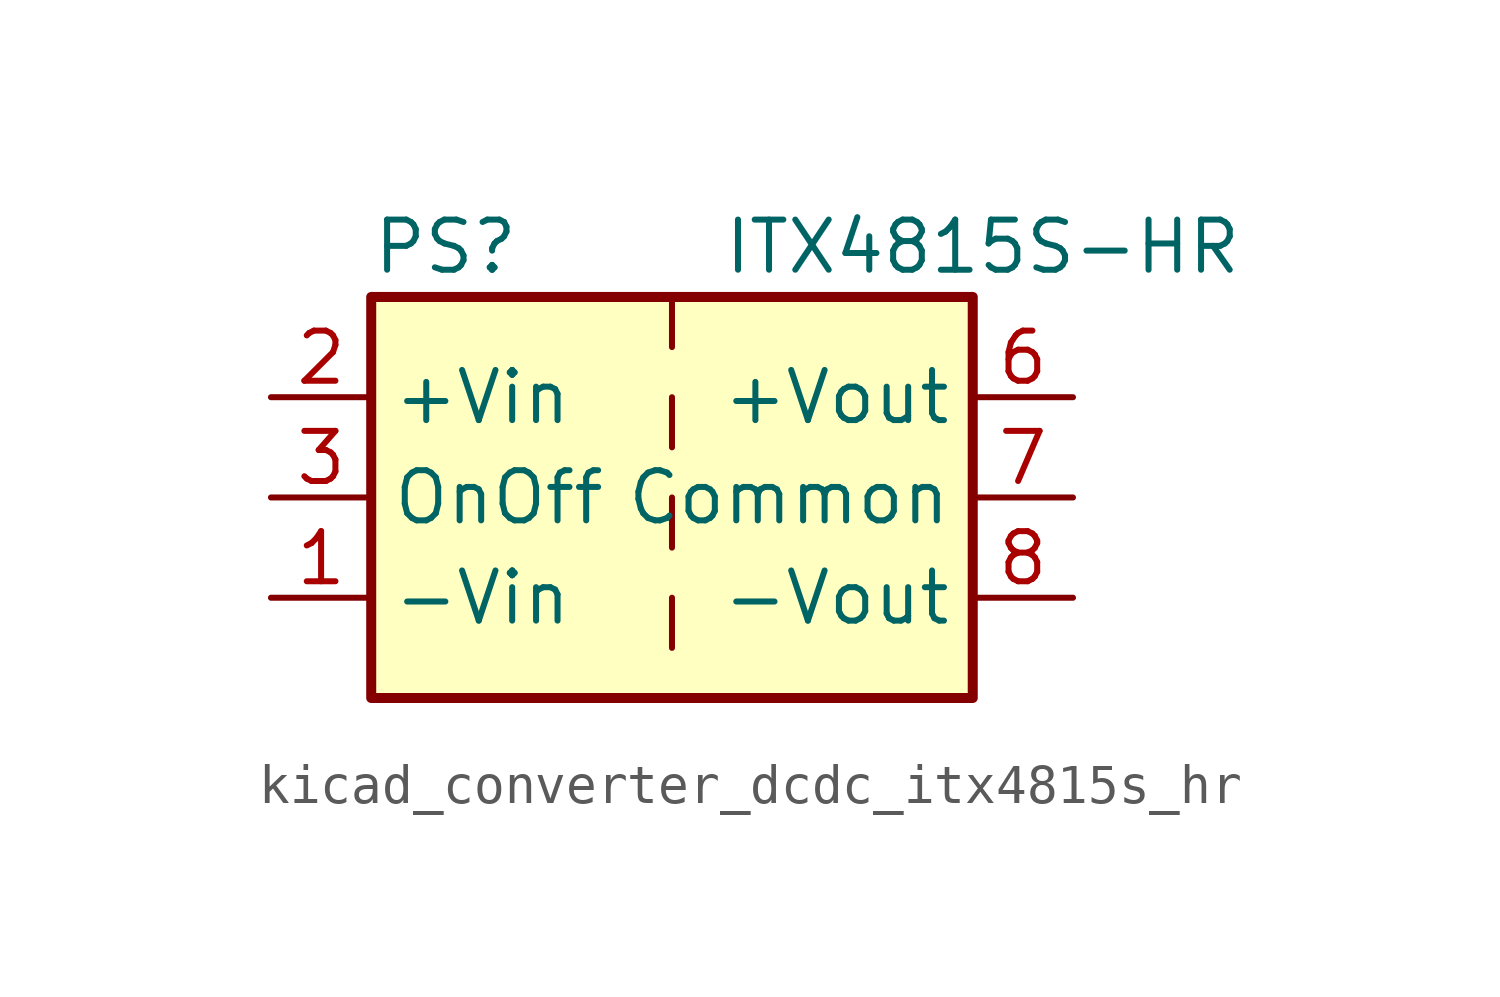
<source format=kicad_sym>
(kicad_symbol_lib
  (version 20220914)
  (generator kicad_symbol_editor)
  (symbol "kicad_converter_dcdc_itx4815s_hr"
    (property "Reference" "PS"
      (at -7.62 6.35 0)
      (effects (font (size 1.27 1.27)) (justify left)))
    (property "Value" "ITX4815S-HR"
      (at 1.27 6.35 0)
      (effects (font (size 1.27 1.27)) (justify left)))
    (symbol "kicad_converter_dcdc_itx4815s_hr_0_0"
      (pin power_in line (at -10.16 -2.54 0) (length 2.54) (name "-Vin" (effects (font (size 1.27 1.27)))) (number "1" (effects (font (size 1.27 1.27)))))
      (pin power_in line (at -10.16 2.54 0) (length 2.54) (name "+Vin" (effects (font (size 1.27 1.27)))) (number "2" (effects (font (size 1.27 1.27)))))
      (pin input line (at -10.16 0 0) (length 2.54) (name "OnOff" (effects (font (size 1.27 1.27)))) (number "3" (effects (font (size 1.27 1.27)))))
      (pin no_connect line (at 0 5.08 270) (length 2.54) hide (name "NC" (effects (font (size 1.27 1.27)))) (number "5" (effects (font (size 1.27 1.27)))))
      (pin power_out line (at 10.16 2.54 180) (length 2.54) (name "+Vout" (effects (font (size 1.27 1.27)))) (number "6" (effects (font (size 1.27 1.27)))))
      (pin power_out line (at 10.16 0 180) (length 2.54) (name "Common" (effects (font (size 1.27 1.27)))) (number "7" (effects (font (size 1.27 1.27)))))
      (pin power_out line (at 10.16 -2.54 180) (length 2.54) (name "-Vout" (effects (font (size 1.27 1.27)))) (number "8" (effects (font (size 1.27 1.27))))))
    (symbol "kicad_converter_dcdc_itx4815s_hr_0_1"
      (rectangle (start -7.62 5.08) (end 7.62 -5.08) (stroke (width 0.254) (type default)) (fill (type background)))
      (polyline (pts (xy 0 -2.54) (xy 0 -3.81)) (stroke (width 0) (type default)) (fill (type none)))
      (polyline (pts (xy 0 0) (xy 0 -1.27)) (stroke (width 0) (type default)) (fill (type none)))
      (polyline (pts (xy 0 2.54) (xy 0 1.27)) (stroke (width 0) (type default)) (fill (type none)))
      (polyline (pts (xy 0 5.08) (xy 0 3.81)) (stroke (width 0) (type default)) (fill (type none))))))
</source>
